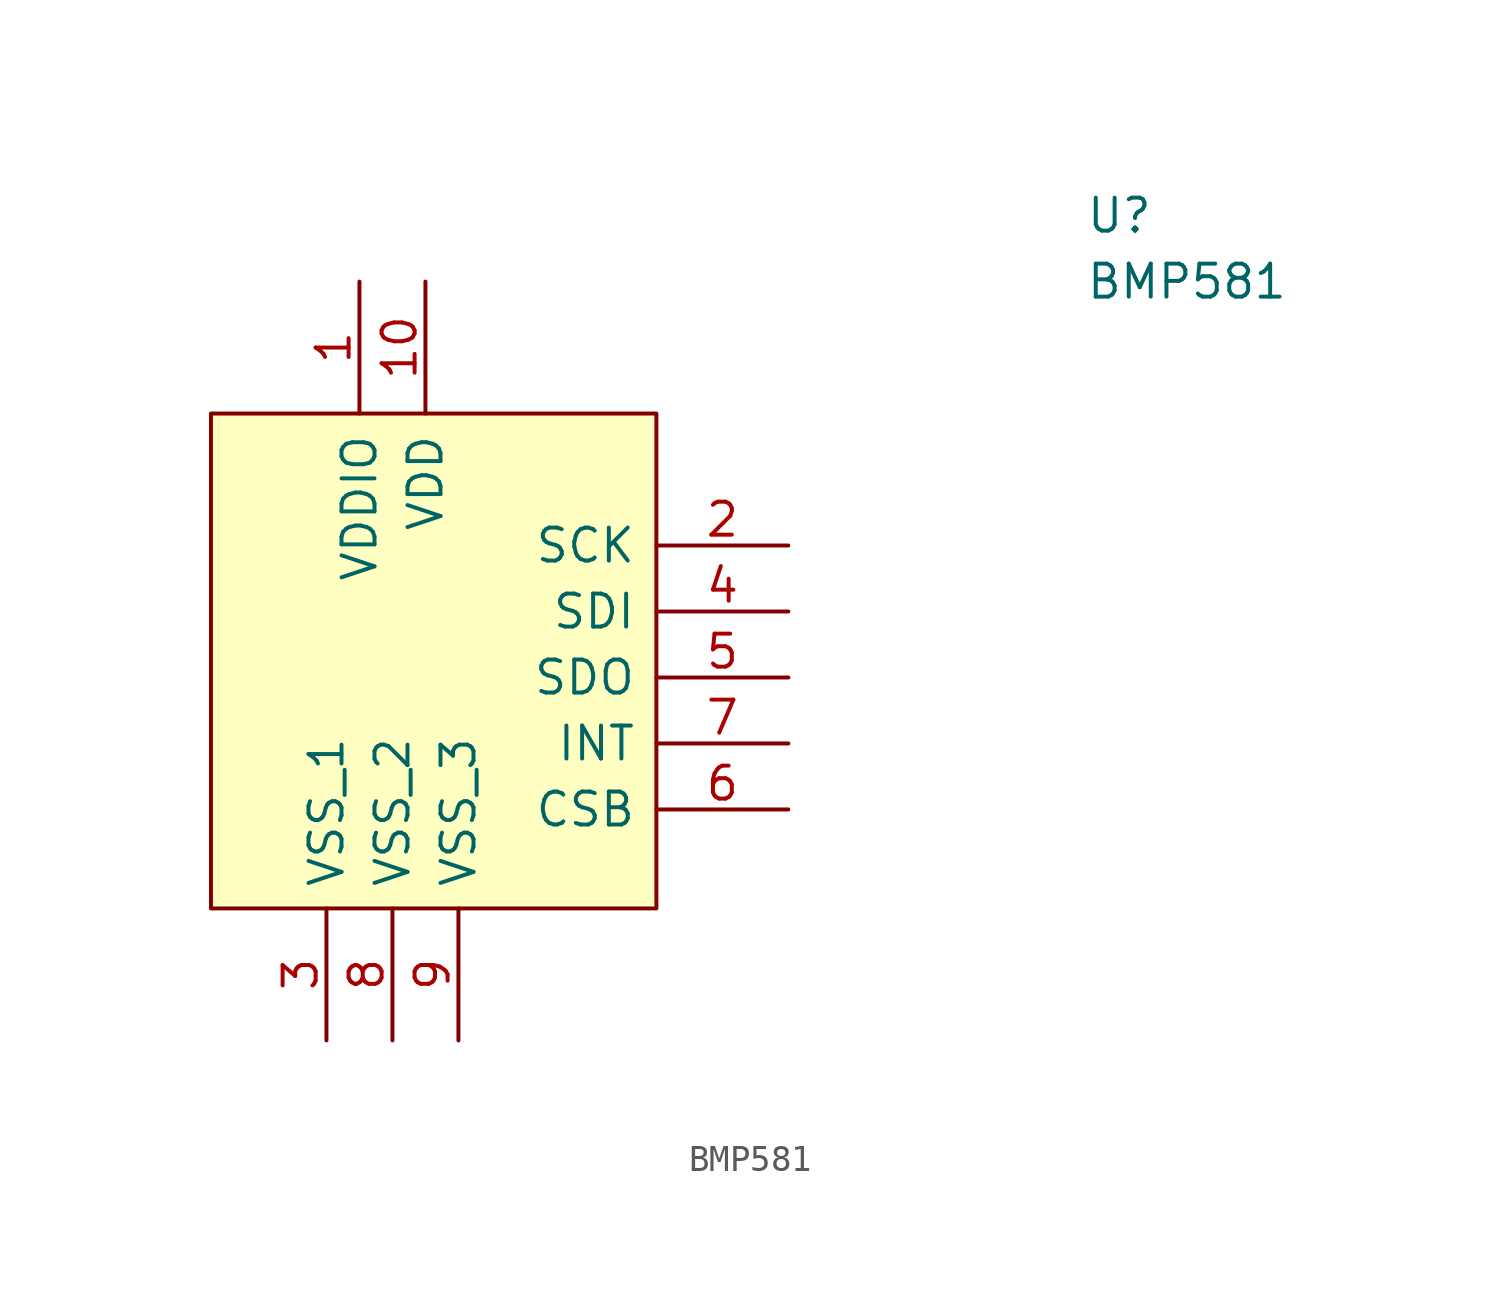
<source format=kicad_sym>
(kicad_symbol_lib
  (version 20211014)
  (generator kicad_symbol_editor)
  (symbol "BMP581"
    (pin_names
      (offset 0.762))
    (property "Reference" "U"
      (at 26.67 17.78 0)
      (effects (font (size 1.27 1.27)) (justify left)))
    (property "Value" "BMP581"
      (at 26.67 15.24 0)
      (effects (font (size 1.27 1.27)) (justify left)))
    (symbol "BMP581_0_0"
      (pin passive line (at -1.27 15.24 270) (length 5.08) (name "VDDIO" (effects (font (size 1.27 1.27)))) (number "1" (effects (font (size 1.27 1.27)))))
      (pin passive line (at 1.27 15.24 270) (length 5.08) (name "VDD" (effects (font (size 1.27 1.27)))) (number "10" (effects (font (size 1.27 1.27)))))
      (pin passive line (at 15.24 5.08 180) (length 5.08) (name "SCK" (effects (font (size 1.27 1.27)))) (number "2" (effects (font (size 1.27 1.27)))))
      (pin passive line (at -2.54 -13.97 90) (length 5.08) (name "VSS_1" (effects (font (size 1.27 1.27)))) (number "3" (effects (font (size 1.27 1.27)))))
      (pin passive line (at 15.24 2.54 180) (length 5.08) (name "SDI" (effects (font (size 1.27 1.27)))) (number "4" (effects (font (size 1.27 1.27)))))
      (pin passive line (at 15.24 0 180) (length 5.08) (name "SDO" (effects (font (size 1.27 1.27)))) (number "5" (effects (font (size 1.27 1.27)))))
      (pin passive line (at 15.24 -5.08 180) (length 5.08) (name "CSB" (effects (font (size 1.27 1.27)))) (number "6" (effects (font (size 1.27 1.27)))))
      (pin passive line (at 15.24 -2.54 180) (length 5.08) (name "INT" (effects (font (size 1.27 1.27)))) (number "7" (effects (font (size 1.27 1.27)))))
      (pin passive line (at 0 -13.97 90) (length 5.08) (name "VSS_2" (effects (font (size 1.27 1.27)))) (number "8" (effects (font (size 1.27 1.27)))))
      (pin passive line (at 2.54 -13.97 90) (length 5.08) (name "VSS_3" (effects (font (size 1.27 1.27)))) (number "9" (effects (font (size 1.27 1.27))))))
    (symbol "BMP581_0_1"
      (rectangle (start -6.985 10.16) (end 10.16 -8.89) (stroke (width 0) (type default) (color 0 0 0 0)) (fill (type background))))))
</source>
